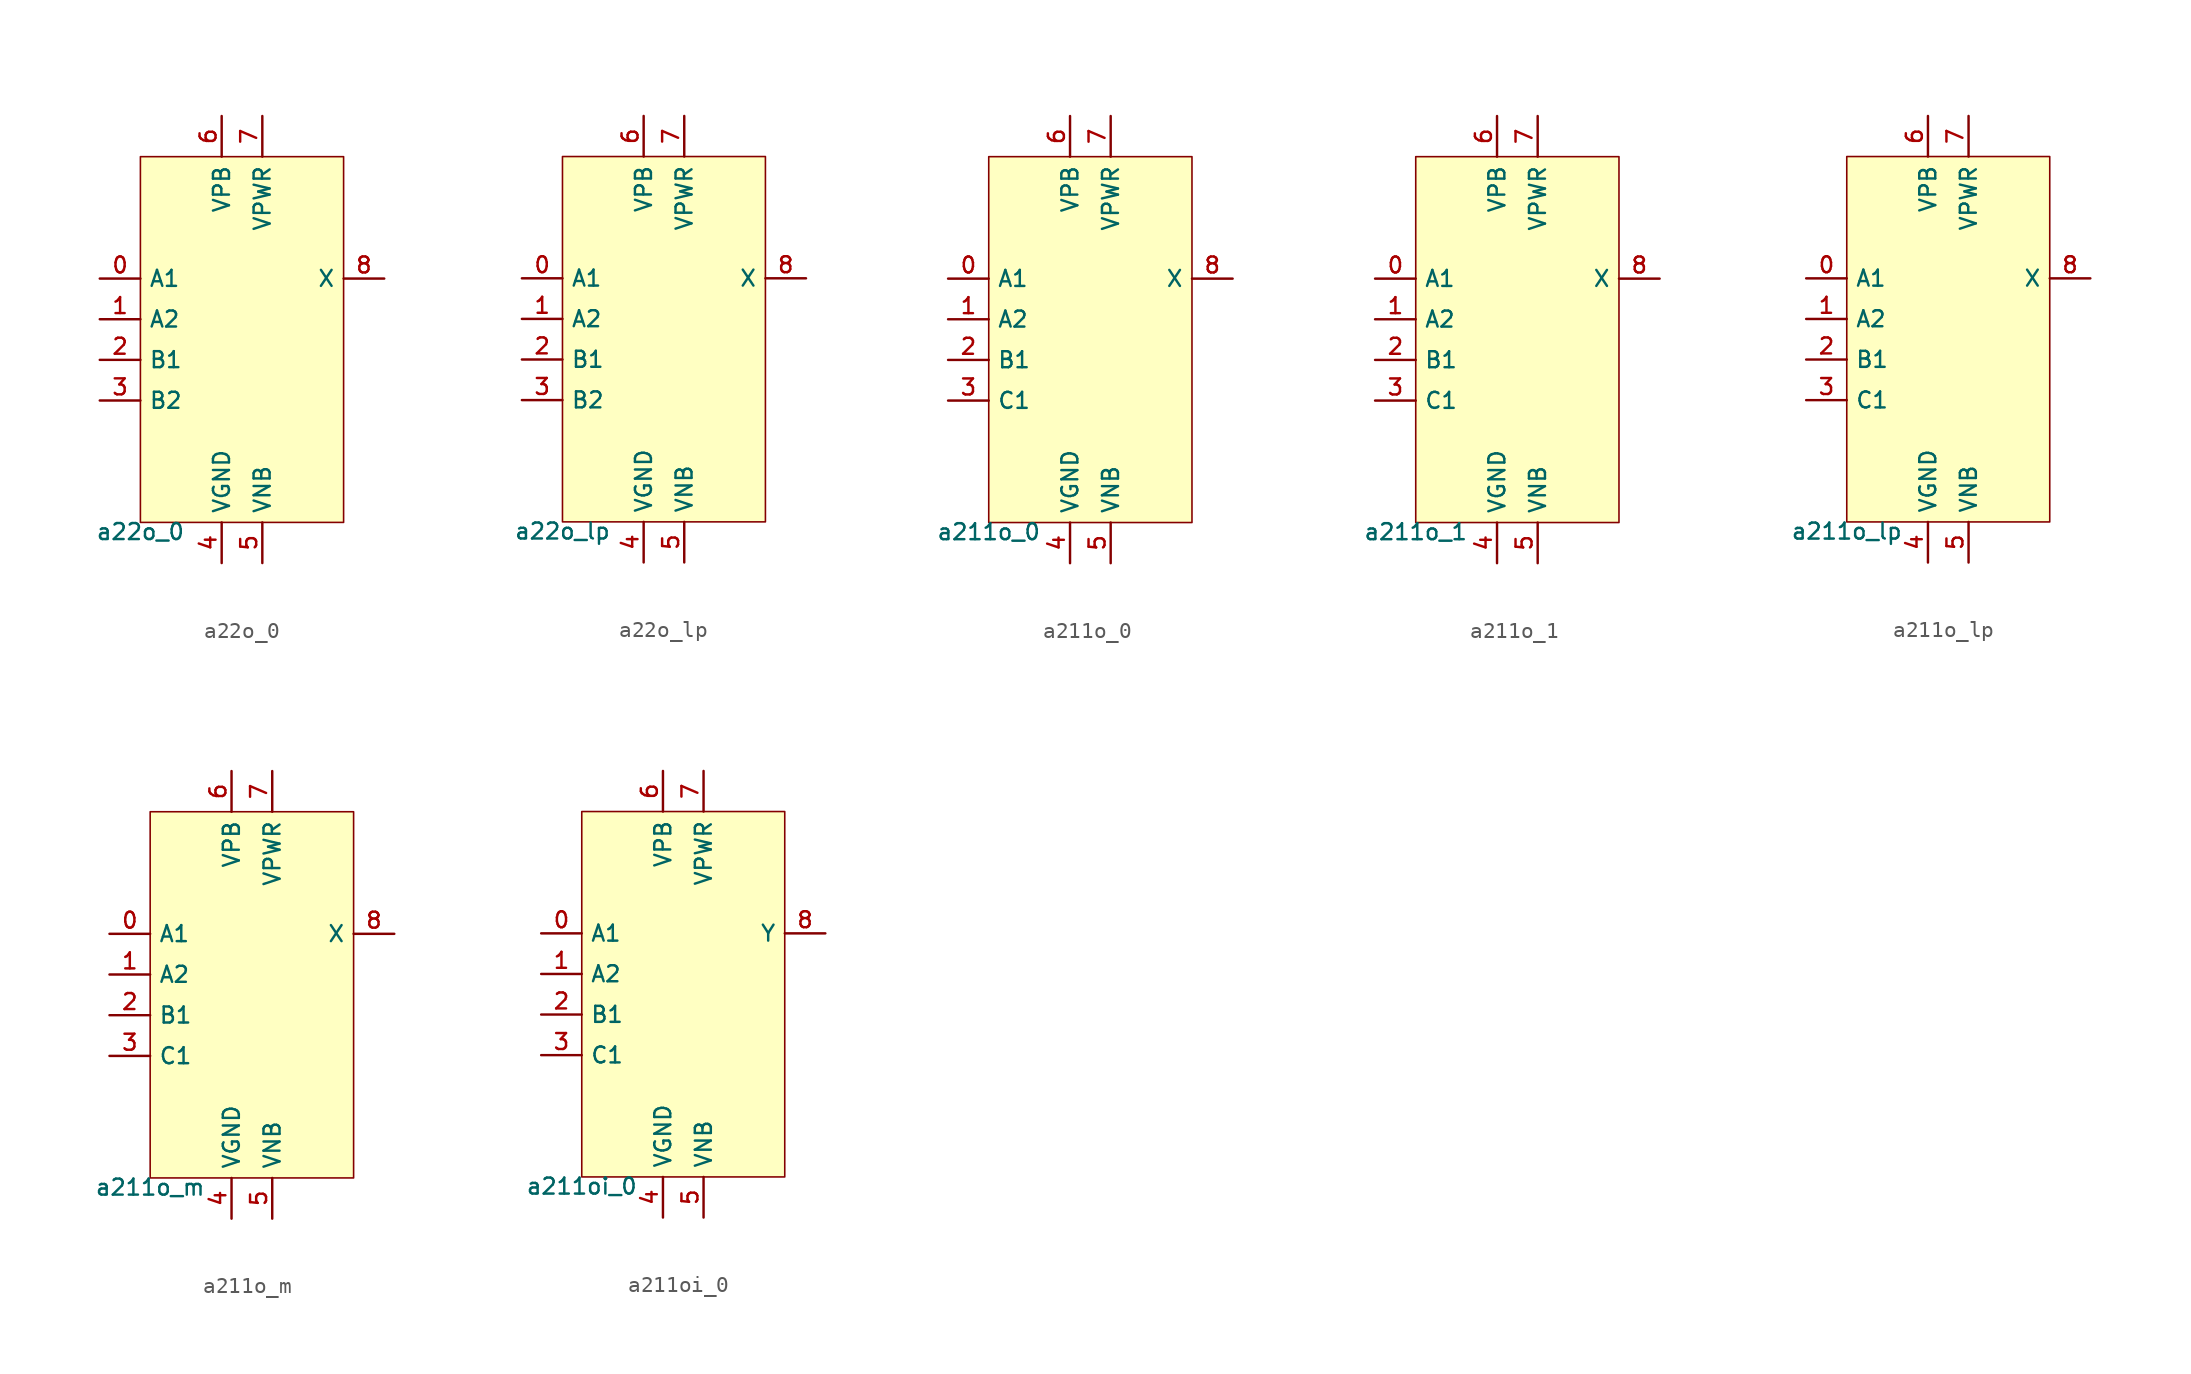
<source format=kicad_sym>
(kicad_symbol_lib
  (version 20211014)
  (generator pdk2kicad)
  (symbol "a22o_0"
    (property "Reference" "X"
      (at 0 0 0)
      (effects (font (size 1 1)) hide))
    (property "Value" "a22o_0"
      (at -6.35 -11.43 0)
      (effects (font (size 1 1)) (justify top)))
    (rectangle
      (start -6.35 -11.43)
      (end 6.35 11.43)
      (stroke (width 0.1) (type solid) (color 0 0 0 0))
      (fill (type background)))
    (pin input line
      (at -8.89 3.81 0)
      (length 2.54)
      (name "A1" (effects (font (size 1 1)) hide))
      (number "0" (effects (font (size 1 1)) hide)))
    (pin input line
      (at -8.89 1.27 0)
      (length 2.54)
      (name "A2" (effects (font (size 1 1)) hide))
      (number "1" (effects (font (size 1 1)) hide)))
    (pin input line
      (at -8.89 -1.27 0)
      (length 2.54)
      (name "B1" (effects (font (size 1 1)) hide))
      (number "2" (effects (font (size 1 1)) hide)))
    (pin input line
      (at -8.89 -3.81 0)
      (length 2.54)
      (name "B2" (effects (font (size 1 1)) hide))
      (number "3" (effects (font (size 1 1)) hide)))
    (pin power_in line
      (at -1.27 -13.97 90)
      (length 2.54)
      (name "VGND" (effects (font (size 1 1)) hide))
      (number "4" (effects (font (size 1 1)) hide)))
    (pin power_in line
      (at 1.27 -13.97 90)
      (length 2.54)
      (name "VNB" (effects (font (size 1 1)) hide))
      (number "5" (effects (font (size 1 1)) hide)))
    (pin power_in line
      (at -1.27 13.97 270)
      (length 2.54)
      (name "VPB" (effects (font (size 1 1)) hide))
      (number "6" (effects (font (size 1 1)) hide)))
    (pin power_in line
      (at 1.27 13.97 270)
      (length 2.54)
      (name "VPWR" (effects (font (size 1 1)) hide))
      (number "7" (effects (font (size 1 1)) hide)))
    (pin output line
      (at 8.89 3.81 180)
      (length 2.54)
      (name "X" (effects (font (size 1 1)) hide))
      (number "8" (effects (font (size 1 1)) hide))))
  (symbol "a22o_lp"
    (property "Reference" "X"
      (at 0 0 0)
      (effects (font (size 1 1)) hide))
    (property "Value" "a22o_lp"
      (at -6.35 -11.43 0)
      (effects (font (size 1 1)) (justify top)))
    (rectangle
      (start -6.35 -11.43)
      (end 6.35 11.43)
      (stroke (width 0.1) (type solid) (color 0 0 0 0))
      (fill (type background)))
    (pin input line
      (at -8.89 3.81 0)
      (length 2.54)
      (name "A1" (effects (font (size 1 1)) hide))
      (number "0" (effects (font (size 1 1)) hide)))
    (pin input line
      (at -8.89 1.27 0)
      (length 2.54)
      (name "A2" (effects (font (size 1 1)) hide))
      (number "1" (effects (font (size 1 1)) hide)))
    (pin input line
      (at -8.89 -1.27 0)
      (length 2.54)
      (name "B1" (effects (font (size 1 1)) hide))
      (number "2" (effects (font (size 1 1)) hide)))
    (pin input line
      (at -8.89 -3.81 0)
      (length 2.54)
      (name "B2" (effects (font (size 1 1)) hide))
      (number "3" (effects (font (size 1 1)) hide)))
    (pin power_in line
      (at -1.27 -13.97 90)
      (length 2.54)
      (name "VGND" (effects (font (size 1 1)) hide))
      (number "4" (effects (font (size 1 1)) hide)))
    (pin power_in line
      (at 1.27 -13.97 90)
      (length 2.54)
      (name "VNB" (effects (font (size 1 1)) hide))
      (number "5" (effects (font (size 1 1)) hide)))
    (pin power_in line
      (at -1.27 13.97 270)
      (length 2.54)
      (name "VPB" (effects (font (size 1 1)) hide))
      (number "6" (effects (font (size 1 1)) hide)))
    (pin power_in line
      (at 1.27 13.97 270)
      (length 2.54)
      (name "VPWR" (effects (font (size 1 1)) hide))
      (number "7" (effects (font (size 1 1)) hide)))
    (pin output line
      (at 8.89 3.81 180)
      (length 2.54)
      (name "X" (effects (font (size 1 1)) hide))
      (number "8" (effects (font (size 1 1)) hide))))
  (symbol "a211o_0"
    (property "Reference" "X"
      (at 0 0 0)
      (effects (font (size 1 1)) hide))
    (property "Value" "a211o_0"
      (at -6.35 -11.43 0)
      (effects (font (size 1 1)) (justify top)))
    (rectangle
      (start -6.35 -11.43)
      (end 6.35 11.43)
      (stroke (width 0.1) (type solid) (color 0 0 0 0))
      (fill (type background)))
    (pin input line
      (at -8.89 3.81 0)
      (length 2.54)
      (name "A1" (effects (font (size 1 1)) hide))
      (number "0" (effects (font (size 1 1)) hide)))
    (pin input line
      (at -8.89 1.27 0)
      (length 2.54)
      (name "A2" (effects (font (size 1 1)) hide))
      (number "1" (effects (font (size 1 1)) hide)))
    (pin input line
      (at -8.89 -1.27 0)
      (length 2.54)
      (name "B1" (effects (font (size 1 1)) hide))
      (number "2" (effects (font (size 1 1)) hide)))
    (pin input line
      (at -8.89 -3.81 0)
      (length 2.54)
      (name "C1" (effects (font (size 1 1)) hide))
      (number "3" (effects (font (size 1 1)) hide)))
    (pin power_in line
      (at -1.27 -13.97 90)
      (length 2.54)
      (name "VGND" (effects (font (size 1 1)) hide))
      (number "4" (effects (font (size 1 1)) hide)))
    (pin power_in line
      (at 1.27 -13.97 90)
      (length 2.54)
      (name "VNB" (effects (font (size 1 1)) hide))
      (number "5" (effects (font (size 1 1)) hide)))
    (pin power_in line
      (at -1.27 13.97 270)
      (length 2.54)
      (name "VPB" (effects (font (size 1 1)) hide))
      (number "6" (effects (font (size 1 1)) hide)))
    (pin power_in line
      (at 1.27 13.97 270)
      (length 2.54)
      (name "VPWR" (effects (font (size 1 1)) hide))
      (number "7" (effects (font (size 1 1)) hide)))
    (pin output line
      (at 8.89 3.81 180)
      (length 2.54)
      (name "X" (effects (font (size 1 1)) hide))
      (number "8" (effects (font (size 1 1)) hide))))
  (symbol "a211o_1"
    (property "Reference" "X"
      (at 0 0 0)
      (effects (font (size 1 1)) hide))
    (property "Value" "a211o_1"
      (at -6.35 -11.43 0)
      (effects (font (size 1 1)) (justify top)))
    (rectangle
      (start -6.35 -11.43)
      (end 6.35 11.43)
      (stroke (width 0.1) (type solid) (color 0 0 0 0))
      (fill (type background)))
    (pin input line
      (at -8.89 3.81 0)
      (length 2.54)
      (name "A1" (effects (font (size 1 1)) hide))
      (number "0" (effects (font (size 1 1)) hide)))
    (pin input line
      (at -8.89 1.27 0)
      (length 2.54)
      (name "A2" (effects (font (size 1 1)) hide))
      (number "1" (effects (font (size 1 1)) hide)))
    (pin input line
      (at -8.89 -1.27 0)
      (length 2.54)
      (name "B1" (effects (font (size 1 1)) hide))
      (number "2" (effects (font (size 1 1)) hide)))
    (pin input line
      (at -8.89 -3.81 0)
      (length 2.54)
      (name "C1" (effects (font (size 1 1)) hide))
      (number "3" (effects (font (size 1 1)) hide)))
    (pin power_in line
      (at -1.27 -13.97 90)
      (length 2.54)
      (name "VGND" (effects (font (size 1 1)) hide))
      (number "4" (effects (font (size 1 1)) hide)))
    (pin power_in line
      (at 1.27 -13.97 90)
      (length 2.54)
      (name "VNB" (effects (font (size 1 1)) hide))
      (number "5" (effects (font (size 1 1)) hide)))
    (pin power_in line
      (at -1.27 13.97 270)
      (length 2.54)
      (name "VPB" (effects (font (size 1 1)) hide))
      (number "6" (effects (font (size 1 1)) hide)))
    (pin power_in line
      (at 1.27 13.97 270)
      (length 2.54)
      (name "VPWR" (effects (font (size 1 1)) hide))
      (number "7" (effects (font (size 1 1)) hide)))
    (pin output line
      (at 8.89 3.81 180)
      (length 2.54)
      (name "X" (effects (font (size 1 1)) hide))
      (number "8" (effects (font (size 1 1)) hide))))
  (symbol "a211o_lp"
    (property "Reference" "X"
      (at 0 0 0)
      (effects (font (size 1 1)) hide))
    (property "Value" "a211o_lp"
      (at -6.35 -11.43 0)
      (effects (font (size 1 1)) (justify top)))
    (rectangle
      (start -6.35 -11.43)
      (end 6.35 11.43)
      (stroke (width 0.1) (type solid) (color 0 0 0 0))
      (fill (type background)))
    (pin input line
      (at -8.89 3.81 0)
      (length 2.54)
      (name "A1" (effects (font (size 1 1)) hide))
      (number "0" (effects (font (size 1 1)) hide)))
    (pin input line
      (at -8.89 1.27 0)
      (length 2.54)
      (name "A2" (effects (font (size 1 1)) hide))
      (number "1" (effects (font (size 1 1)) hide)))
    (pin input line
      (at -8.89 -1.27 0)
      (length 2.54)
      (name "B1" (effects (font (size 1 1)) hide))
      (number "2" (effects (font (size 1 1)) hide)))
    (pin input line
      (at -8.89 -3.81 0)
      (length 2.54)
      (name "C1" (effects (font (size 1 1)) hide))
      (number "3" (effects (font (size 1 1)) hide)))
    (pin power_in line
      (at -1.27 -13.97 90)
      (length 2.54)
      (name "VGND" (effects (font (size 1 1)) hide))
      (number "4" (effects (font (size 1 1)) hide)))
    (pin power_in line
      (at 1.27 -13.97 90)
      (length 2.54)
      (name "VNB" (effects (font (size 1 1)) hide))
      (number "5" (effects (font (size 1 1)) hide)))
    (pin power_in line
      (at -1.27 13.97 270)
      (length 2.54)
      (name "VPB" (effects (font (size 1 1)) hide))
      (number "6" (effects (font (size 1 1)) hide)))
    (pin power_in line
      (at 1.27 13.97 270)
      (length 2.54)
      (name "VPWR" (effects (font (size 1 1)) hide))
      (number "7" (effects (font (size 1 1)) hide)))
    (pin output line
      (at 8.89 3.81 180)
      (length 2.54)
      (name "X" (effects (font (size 1 1)) hide))
      (number "8" (effects (font (size 1 1)) hide))))
  (symbol "a211o_m"
    (property "Reference" "X"
      (at 0 0 0)
      (effects (font (size 1 1)) hide))
    (property "Value" "a211o_m"
      (at -6.35 -11.43 0)
      (effects (font (size 1 1)) (justify top)))
    (rectangle
      (start -6.35 -11.43)
      (end 6.35 11.43)
      (stroke (width 0.1) (type solid) (color 0 0 0 0))
      (fill (type background)))
    (pin input line
      (at -8.89 3.81 0)
      (length 2.54)
      (name "A1" (effects (font (size 1 1)) hide))
      (number "0" (effects (font (size 1 1)) hide)))
    (pin input line
      (at -8.89 1.27 0)
      (length 2.54)
      (name "A2" (effects (font (size 1 1)) hide))
      (number "1" (effects (font (size 1 1)) hide)))
    (pin input line
      (at -8.89 -1.27 0)
      (length 2.54)
      (name "B1" (effects (font (size 1 1)) hide))
      (number "2" (effects (font (size 1 1)) hide)))
    (pin input line
      (at -8.89 -3.81 0)
      (length 2.54)
      (name "C1" (effects (font (size 1 1)) hide))
      (number "3" (effects (font (size 1 1)) hide)))
    (pin power_in line
      (at -1.27 -13.97 90)
      (length 2.54)
      (name "VGND" (effects (font (size 1 1)) hide))
      (number "4" (effects (font (size 1 1)) hide)))
    (pin power_in line
      (at 1.27 -13.97 90)
      (length 2.54)
      (name "VNB" (effects (font (size 1 1)) hide))
      (number "5" (effects (font (size 1 1)) hide)))
    (pin power_in line
      (at -1.27 13.97 270)
      (length 2.54)
      (name "VPB" (effects (font (size 1 1)) hide))
      (number "6" (effects (font (size 1 1)) hide)))
    (pin power_in line
      (at 1.27 13.97 270)
      (length 2.54)
      (name "VPWR" (effects (font (size 1 1)) hide))
      (number "7" (effects (font (size 1 1)) hide)))
    (pin output line
      (at 8.89 3.81 180)
      (length 2.54)
      (name "X" (effects (font (size 1 1)) hide))
      (number "8" (effects (font (size 1 1)) hide))))
  (symbol "a211oi_0"
    (property "Reference" "X"
      (at 0 0 0)
      (effects (font (size 1 1)) hide))
    (property "Value" "a211oi_0"
      (at -6.35 -11.43 0)
      (effects (font (size 1 1)) (justify top)))
    (rectangle
      (start -6.35 -11.43)
      (end 6.35 11.43)
      (stroke (width 0.1) (type solid) (color 0 0 0 0))
      (fill (type background)))
    (pin input line
      (at -8.89 3.81 0)
      (length 2.54)
      (name "A1" (effects (font (size 1 1)) hide))
      (number "0" (effects (font (size 1 1)) hide)))
    (pin input line
      (at -8.89 1.27 0)
      (length 2.54)
      (name "A2" (effects (font (size 1 1)) hide))
      (number "1" (effects (font (size 1 1)) hide)))
    (pin input line
      (at -8.89 -1.27 0)
      (length 2.54)
      (name "B1" (effects (font (size 1 1)) hide))
      (number "2" (effects (font (size 1 1)) hide)))
    (pin input line
      (at -8.89 -3.81 0)
      (length 2.54)
      (name "C1" (effects (font (size 1 1)) hide))
      (number "3" (effects (font (size 1 1)) hide)))
    (pin power_in line
      (at -1.27 -13.97 90)
      (length 2.54)
      (name "VGND" (effects (font (size 1 1)) hide))
      (number "4" (effects (font (size 1 1)) hide)))
    (pin power_in line
      (at 1.27 -13.97 90)
      (length 2.54)
      (name "VNB" (effects (font (size 1 1)) hide))
      (number "5" (effects (font (size 1 1)) hide)))
    (pin power_in line
      (at -1.27 13.97 270)
      (length 2.54)
      (name "VPB" (effects (font (size 1 1)) hide))
      (number "6" (effects (font (size 1 1)) hide)))
    (pin power_in line
      (at 1.27 13.97 270)
      (length 2.54)
      (name "VPWR" (effects (font (size 1 1)) hide))
      (number "7" (effects (font (size 1 1)) hide)))
    (pin output line
      (at 8.89 3.81 180)
      (length 2.54)
      (name "Y" (effects (font (size 1 1)) hide))
      (number "8" (effects (font (size 1 1)) hide)))))
</source>
